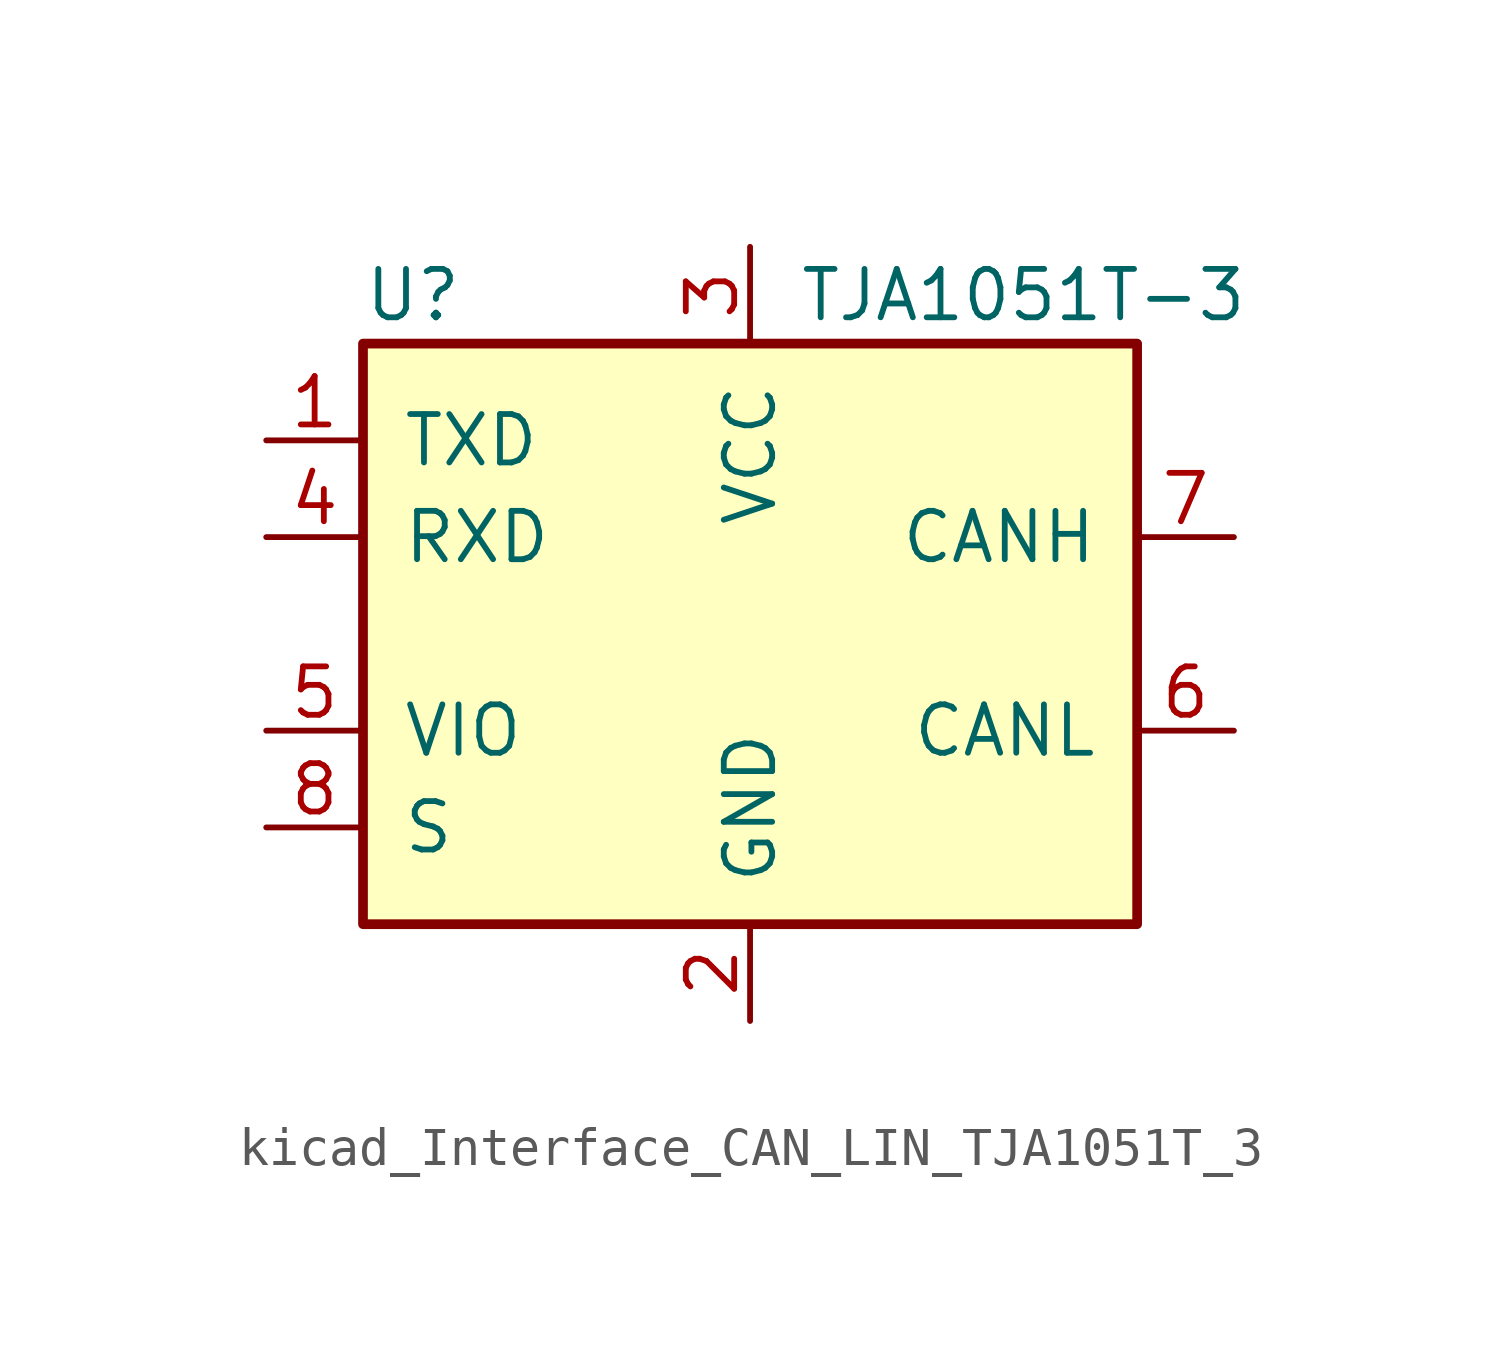
<source format=kicad_sym>
(kicad_symbol_lib
  (version 20220914)
  (generator kicad_symbol_editor)
  (symbol "kicad_Interface_CAN_LIN_TJA1051T_3"
    (pin_names
      (offset 1.016))
    (property "Reference" "U"
      (at -10.16 8.89 0)
      (effects (font (size 1.27 1.27)) (justify left)))
    (property "Value" "TJA1051T-3"
      (at 1.27 8.89 0)
      (effects (font (size 1.27 1.27)) (justify left)))
    (symbol "kicad_Interface_CAN_LIN_TJA1051T_3_0_1"
      (rectangle (start -10.16 7.62) (end 10.16 -7.62) (stroke (width 0.254) (type default)) (fill (type background))))
    (symbol "kicad_Interface_CAN_LIN_TJA1051T_3_1_1"
      (pin input line (at -12.7 5.08 0) (length 2.54) (name "TXD" (effects (font (size 1.27 1.27)))) (number "1" (effects (font (size 1.27 1.27)))))
      (pin power_in line (at 0 -10.16 90) (length 2.54) (name "GND" (effects (font (size 1.27 1.27)))) (number "2" (effects (font (size 1.27 1.27)))))
      (pin power_in line (at 0 10.16 270) (length 2.54) (name "VCC" (effects (font (size 1.27 1.27)))) (number "3" (effects (font (size 1.27 1.27)))))
      (pin output line (at -12.7 2.54 0) (length 2.54) (name "RXD" (effects (font (size 1.27 1.27)))) (number "4" (effects (font (size 1.27 1.27)))))
      (pin power_in line (at -12.7 -2.54 0) (length 2.54) (name "VIO" (effects (font (size 1.27 1.27)))) (number "5" (effects (font (size 1.27 1.27)))))
      (pin bidirectional line (at 12.7 -2.54 180) (length 2.54) (name "CANL" (effects (font (size 1.27 1.27)))) (number "6" (effects (font (size 1.27 1.27)))))
      (pin bidirectional line (at 12.7 2.54 180) (length 2.54) (name "CANH" (effects (font (size 1.27 1.27)))) (number "7" (effects (font (size 1.27 1.27)))))
      (pin input line (at -12.7 -5.08 0) (length 2.54) (name "S" (effects (font (size 1.27 1.27)))) (number "8" (effects (font (size 1.27 1.27))))))))
</source>
